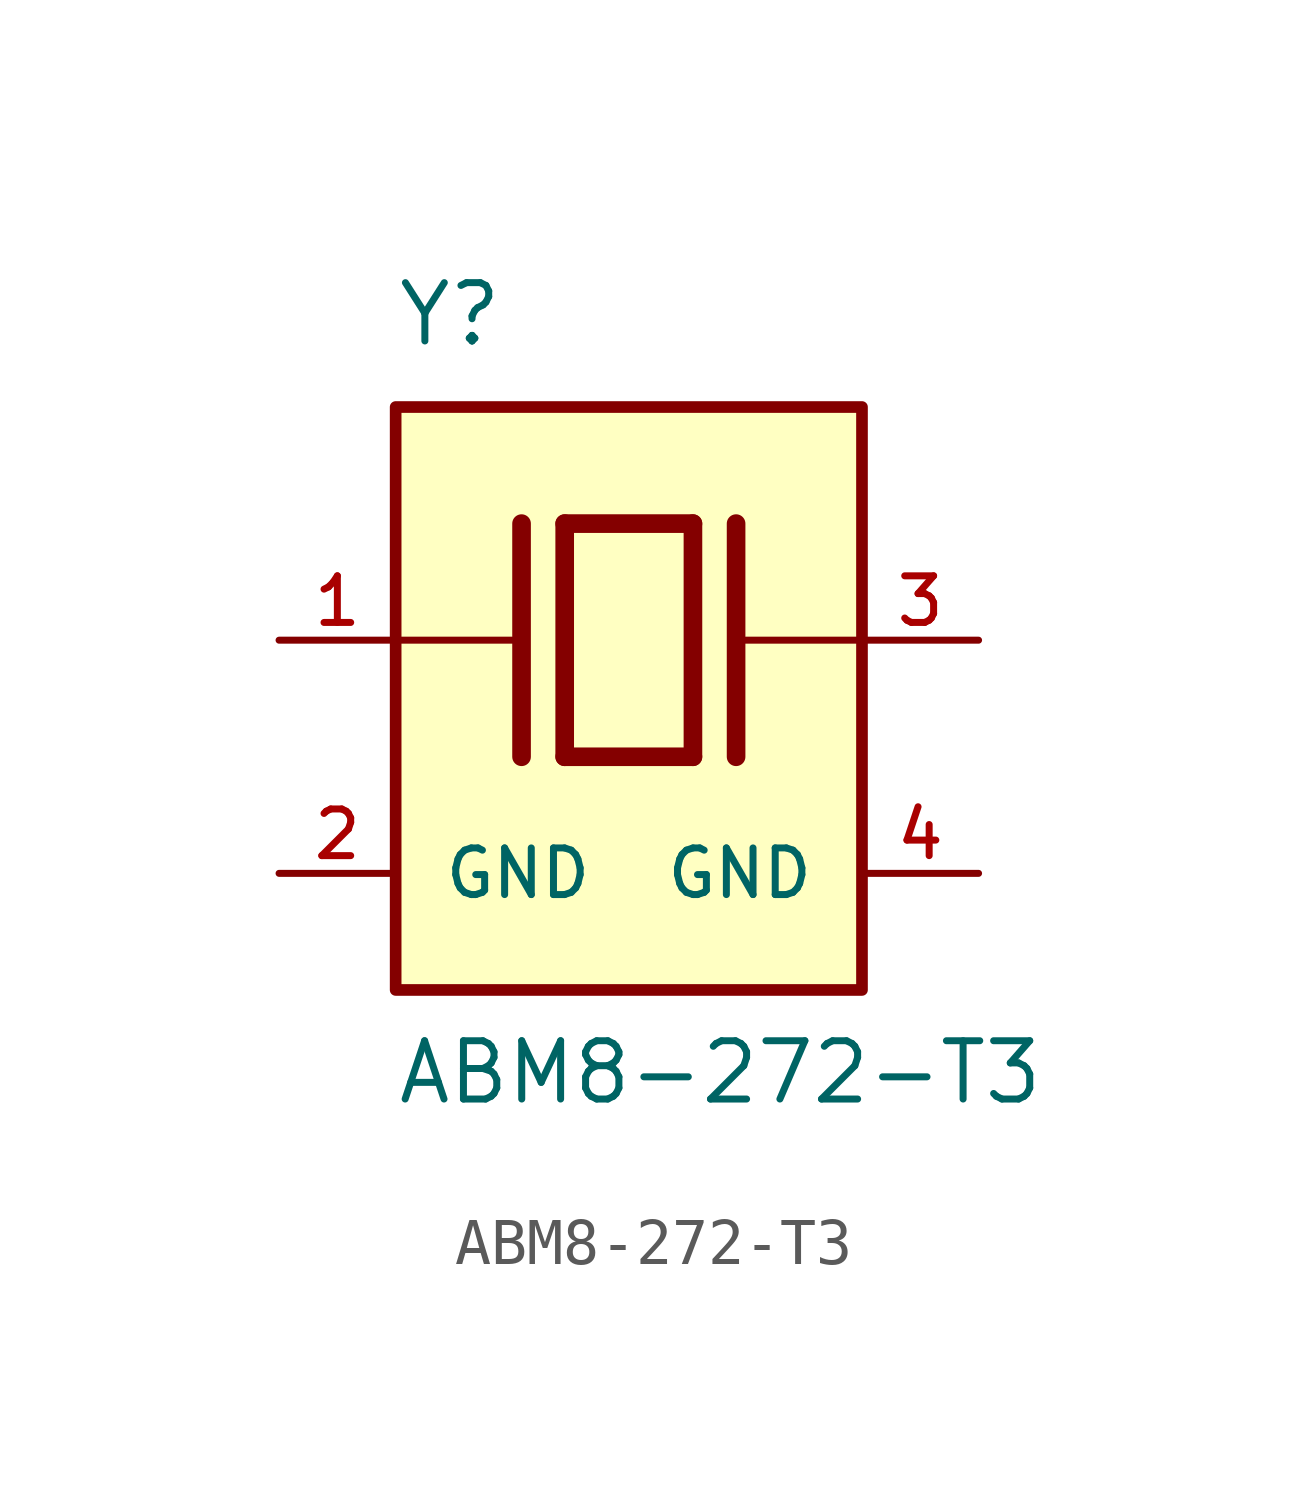
<source format=kicad_sym>
(kicad_symbol_lib
  (version 20241209)
  (generator "kicad_symbol_editor")
  (generator_version "9.0")
  (symbol "ABM8-272-T3"
    (pin_names
      (offset 1.016))
    (property "Reference" "Y"
      (at -5.088 6.356 0)
      (effects (font (size 1.27 1.27)) (justify left bottom)))
    (property "Value" "ABM8-272-T3"
      (at -5.094 -10.16 0)
      (effects (font (size 1.27 1.27)) (justify left bottom)))
    (symbol "ABM8-272-T3_0_0"
      (polyline (pts (xy -5.08 0) (xy -2.54 0)) (stroke (width 0.152) (type default)) (fill (type none)))
      (rectangle (start -5.08 -7.62) (end 5.08 5.08) (stroke (width 0.254) (type default)) (fill (type background)))
      (polyline (pts (xy -2.337 2.54) (xy -2.337 -2.54)) (stroke (width 0.406) (type default)) (fill (type none)))
      (polyline (pts (xy -1.397 2.54) (xy -1.397 -2.54)) (stroke (width 0.406) (type default)) (fill (type none)))
      (polyline (pts (xy -1.397 2.54) (xy 1.397 2.54)) (stroke (width 0.406) (type default)) (fill (type none)))
      (polyline (pts (xy 1.397 2.54) (xy 1.397 -2.54)) (stroke (width 0.406) (type default)) (fill (type none)))
      (polyline (pts (xy 1.397 -2.54) (xy -1.397 -2.54)) (stroke (width 0.406) (type default)) (fill (type none)))
      (polyline (pts (xy 2.337 2.54) (xy 2.337 -2.54)) (stroke (width 0.406) (type default)) (fill (type none)))
      (polyline (pts (xy 2.54 0) (xy 5.08 0)) (stroke (width 0.152) (type default)) (fill (type none)))
      (pin passive line (at -7.62 0 0) (length 2.54) (name "~" (effects (font (size 1.016 1.016)))) (number "1" (effects (font (size 1.016 1.016)))))
      (pin power_in line (at -7.62 -5.08 0) (length 2.54) (name "GND" (effects (font (size 1.016 1.016)))) (number "2" (effects (font (size 1.016 1.016)))))
      (pin passive line (at 7.62 0 180) (length 2.54) (name "~" (effects (font (size 1.016 1.016)))) (number "3" (effects (font (size 1.016 1.016)))))
      (pin power_in line (at 7.62 -5.08 180) (length 2.54) (name "GND" (effects (font (size 1.016 1.016)))) (number "4" (effects (font (size 1.016 1.016))))))))
</source>
